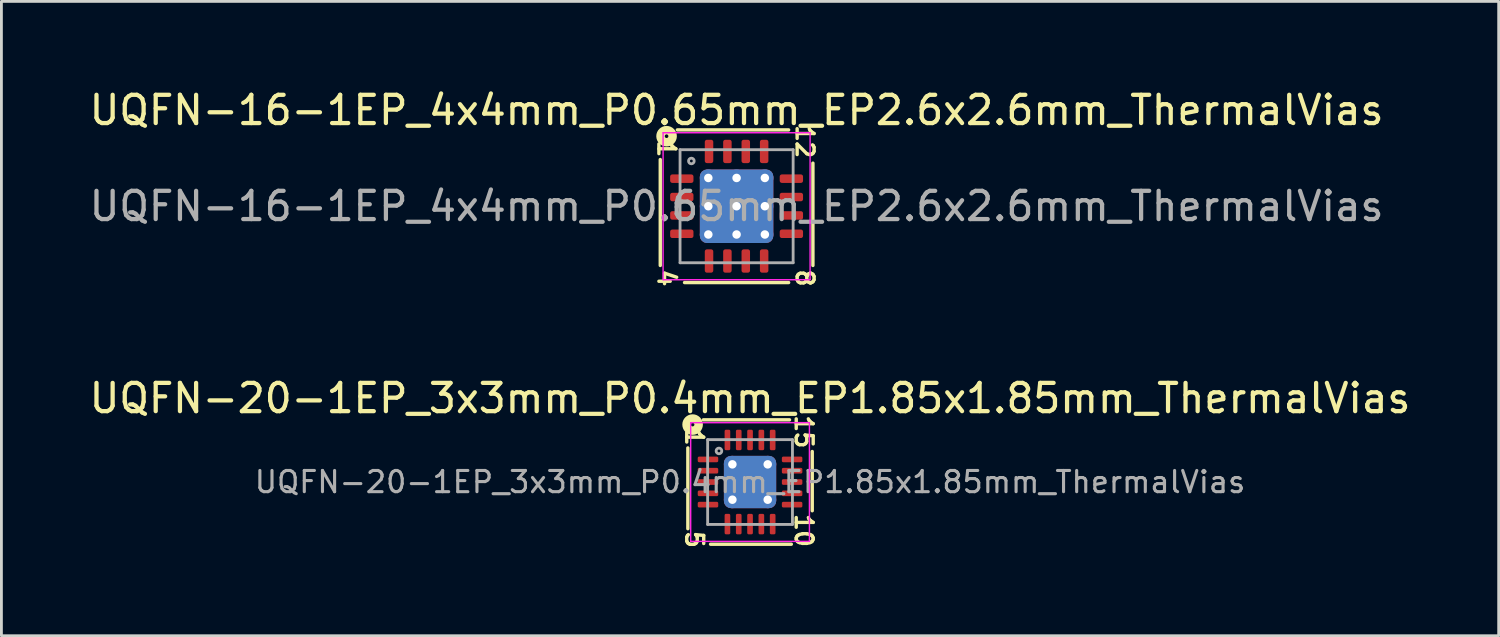
<source format=kicad_pcb>
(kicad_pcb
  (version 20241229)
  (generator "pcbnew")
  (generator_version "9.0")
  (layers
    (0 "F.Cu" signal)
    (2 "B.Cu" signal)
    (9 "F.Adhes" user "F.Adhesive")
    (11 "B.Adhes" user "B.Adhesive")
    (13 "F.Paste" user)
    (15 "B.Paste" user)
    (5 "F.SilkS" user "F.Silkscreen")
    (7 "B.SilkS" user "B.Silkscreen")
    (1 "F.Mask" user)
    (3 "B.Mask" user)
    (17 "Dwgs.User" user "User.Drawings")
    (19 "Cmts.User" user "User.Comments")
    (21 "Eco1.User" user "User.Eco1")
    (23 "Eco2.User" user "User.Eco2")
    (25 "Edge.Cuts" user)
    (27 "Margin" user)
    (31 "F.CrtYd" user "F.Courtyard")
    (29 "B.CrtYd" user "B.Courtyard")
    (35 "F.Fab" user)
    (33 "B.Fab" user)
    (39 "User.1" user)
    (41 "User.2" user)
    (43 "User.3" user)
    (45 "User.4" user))
  (footprint "UQFN-20-1EP_3x3mm_P0.4mm_EP1.85x1.85mm_ThermalVias"
    (layer "F.Cu")
    (at 23.482 14.001)
    (property "Reference" "UQFN-20-1EP_3x3mm_P0.4mm_EP1.85x1.85mm_ThermalVias" (at 0 -2.962 0) (layer "F.SilkS") (effects (font (size 1 1) (thickness 0.15))))
    (attr smd)
    (fp_line (start -2.2 -1.206) (end -2.2 1.651) (stroke (width 0.12) (type solid)) (layer "F.SilkS"))
    (fp_line (start -1.397 2.2) (end 1.46 2.2) (stroke (width 0.12) (type solid)) (layer "F.SilkS"))
    (fp_line (start 1.397 -2.2) (end -1.651 -2.2) (stroke (width 0.12) (type solid)) (layer "F.SilkS"))
    (fp_line (start 2.2 1.016) (end 2.2 -1.079) (stroke (width 0.12) (type solid)) (layer "F.SilkS"))
    (fp_circle (center -2.032 -2.032) (end -1.968 -2.032) (stroke (width 0.3) (type solid)) (fill no) (layer "F.SilkS"))
    (fp_line (start -2.1 -2.1) (end -2.1 2.1) (stroke (width 0.05) (type solid)) (layer "F.CrtYd"))
    (fp_line (start -2.1 2.1) (end 2.1 2.1) (stroke (width 0.05) (type solid)) (layer "F.CrtYd"))
    (fp_line (start 2.1 -2.1) (end -2.1 -2.1) (stroke (width 0.05) (type solid)) (layer "F.CrtYd"))
    (fp_line (start 2.1 2.1) (end 2.1 -2.1) (stroke (width 0.05) (type solid)) (layer "F.CrtYd"))
    (fp_line (start -1.5 -1.5) (end 1.5 -1.5) (stroke (width 0.1) (type solid)) (layer "F.Fab"))
    (fp_line (start -1.5 1.5) (end -1.5 -1.5) (stroke (width 0.1) (type solid)) (layer "F.Fab"))
    (fp_line (start 1.5 -1.5) (end 1.5 1.5) (stroke (width 0.1) (type solid)) (layer "F.Fab"))
    (fp_line (start 1.5 1.5) (end -1.5 1.5) (stroke (width 0.1) (type solid)) (layer "F.Fab"))
    (fp_circle (center -1.1 -1.1) (end -1 -1.1) (stroke (width 0.1) (type solid)) (fill no) (layer "F.Fab"))
    (fp_text user "15" (at 1.905 -1.778 270) (unlocked yes) (layer "F.SilkS") (effects (font (size 0.6 0.6) (thickness 0.12))))
    (fp_text user "1" (at -1.968 -1.587 270) (unlocked yes) (layer "F.SilkS") (effects (font (size 0.6 0.6) (thickness 0.12))))
    (fp_text user "10" (at 1.905 1.714 270) (unlocked yes) (layer "F.SilkS") (effects (font (size 0.6 0.6) (thickness 0.12))))
    (fp_text user "5" (at -1.968 2.032 270) (unlocked yes) (layer "F.SilkS") (effects (font (size 0.6 0.6) (thickness 0.12))))
    (fp_text user "${REFERENCE}" (at 0 0 0) (layer "F.Fab") (effects (font (size 0.75 0.75) (thickness 0.11))))
    (pad "" smd roundrect (at -0.46 -0.46) (size 0.8 0.8) (layers "F.Paste") (roundrect_rratio 0.25))
    (pad "" smd roundrect (at -0.46 0.46) (size 0.8 0.8) (layers "F.Paste") (roundrect_rratio 0.25))
    (pad "" smd roundrect (at 0.46 -0.46) (size 0.8 0.8) (layers "F.Paste") (roundrect_rratio 0.25))
    (pad "" smd roundrect (at 0.46 0.46) (size 0.8 0.8) (layers "F.Paste") (roundrect_rratio 0.25))
    (pad "1" smd roundrect (at -1.488 -0.8) (size 0.725 0.2) (layers "F.Cu" "F.Mask" "F.Paste") (roundrect_rratio 0.25))
    (pad "2" smd roundrect (at -1.488 -0.4) (size 0.725 0.2) (layers "F.Cu" "F.Mask" "F.Paste") (roundrect_rratio 0.25))
    (pad "3" smd roundrect (at -1.488 0) (size 0.725 0.2) (layers "F.Cu" "F.Mask" "F.Paste") (roundrect_rratio 0.25))
    (pad "4" smd roundrect (at -1.488 0.4) (size 0.725 0.2) (layers "F.Cu" "F.Mask" "F.Paste") (roundrect_rratio 0.25))
    (pad "5" smd roundrect (at -1.488 0.8) (size 0.725 0.2) (layers "F.Cu" "F.Mask" "F.Paste") (roundrect_rratio 0.25))
    (pad "6" smd roundrect (at -0.8 1.488) (size 0.2 0.725) (layers "F.Cu" "F.Mask" "F.Paste") (roundrect_rratio 0.25))
    (pad "7" smd roundrect (at -0.4 1.488) (size 0.2 0.725) (layers "F.Cu" "F.Mask" "F.Paste") (roundrect_rratio 0.25))
    (pad "8" smd roundrect (at 0 1.488) (size 0.2 0.725) (layers "F.Cu" "F.Mask" "F.Paste") (roundrect_rratio 0.25))
    (pad "9" smd roundrect (at 0.4 1.488) (size 0.2 0.725) (layers "F.Cu" "F.Mask" "F.Paste") (roundrect_rratio 0.25))
    (pad "10" smd roundrect (at 0.8 1.488) (size 0.2 0.725) (layers "F.Cu" "F.Mask" "F.Paste") (roundrect_rratio 0.25))
    (pad "11" smd roundrect (at 1.488 0.8) (size 0.725 0.2) (layers "F.Cu" "F.Mask" "F.Paste") (roundrect_rratio 0.25))
    (pad "12" smd roundrect (at 1.488 0.4) (size 0.725 0.2) (layers "F.Cu" "F.Mask" "F.Paste") (roundrect_rratio 0.25))
    (pad "13" smd roundrect (at 1.488 0) (size 0.725 0.2) (layers "F.Cu" "F.Mask" "F.Paste") (roundrect_rratio 0.25))
    (pad "14" smd roundrect (at 1.488 -0.4) (size 0.725 0.2) (layers "F.Cu" "F.Mask" "F.Paste") (roundrect_rratio 0.25))
    (pad "15" smd roundrect (at 1.488 -0.8) (size 0.725 0.2) (layers "F.Cu" "F.Mask" "F.Paste") (roundrect_rratio 0.25))
    (pad "16" smd roundrect (at 0.8 -1.488) (size 0.2 0.725) (layers "F.Cu" "F.Mask" "F.Paste") (roundrect_rratio 0.25))
    (pad "17" smd roundrect (at 0.4 -1.488) (size 0.2 0.725) (layers "F.Cu" "F.Mask" "F.Paste") (roundrect_rratio 0.25))
    (pad "18" smd roundrect (at 0 -1.488) (size 0.2 0.725) (layers "F.Cu" "F.Mask" "F.Paste") (roundrect_rratio 0.25))
    (pad "19" smd roundrect (at -0.4 -1.488) (size 0.2 0.725) (layers "F.Cu" "F.Mask" "F.Paste") (roundrect_rratio 0.25))
    (pad "20" smd roundrect (at -0.8 -1.488) (size 0.2 0.725) (layers "F.Cu" "F.Mask" "F.Paste") (roundrect_rratio 0.25))
    (pad "21" thru_hole circle (at -0.625 -0.625) (size 0.6 0.6) (drill 0.3) (property pad_prop_heatsink) (layers "*.Cu"))
    (pad "21" thru_hole circle (at -0.625 0.625) (size 0.6 0.6) (drill 0.3) (property pad_prop_heatsink) (layers "*.Cu"))
    (pad "21" smd roundrect (at 0 0) (size 1.85 1.85) (layers "F.Cu" "F.Mask") (roundrect_rratio 0.135))
    (pad "21" smd roundrect (at 0 0) (size 1.85 1.85) (layers "B.Cu" "B.Mask") (roundrect_rratio 0.135))
    (pad "21" thru_hole circle (at 0.625 -0.625) (size 0.6 0.6) (drill 0.3) (property pad_prop_heatsink) (layers "*.Cu"))
    (pad "21" thru_hole circle (at 0.625 0.625) (size 0.6 0.6) (drill 0.3) (property pad_prop_heatsink) (layers "*.Cu")))
  (footprint "UQFN-16-1EP_4x4mm_P0.65mm_EP2.6x2.6mm_ThermalVias"
    (layer "F.Cu")
    (at 23.006 4.245)
    (property "Reference" "UQFN-16-1EP_4x4mm_P0.65mm_EP2.6x2.6mm_ThermalVias" (at 0 -3.397 0) (layer "F.SilkS") (effects (font (size 1 1) (thickness 0.15))))
    (attr smd)
    (fp_line (start -2.7 -1.651) (end -2.7 2.095) (stroke (width 0.12) (type solid)) (layer "F.SilkS"))
    (fp_line (start -1.841 2.7) (end 1.841 2.7) (stroke (width 0.12) (type solid)) (layer "F.SilkS"))
    (fp_line (start 1.841 -2.7) (end -2.095 -2.7) (stroke (width 0.12) (type solid)) (layer "F.SilkS"))
    (fp_line (start 2.7 2.095) (end 2.7 -1.524) (stroke (width 0.12) (type solid)) (layer "F.SilkS"))
    (fp_circle (center -2.477 -2.477) (end -2.413 -2.477) (stroke (width 0.3) (type solid)) (fill no) (layer "F.SilkS"))
    (fp_line (start -2.6 -2.6) (end -2.6 2.6) (stroke (width 0.05) (type solid)) (layer "F.CrtYd"))
    (fp_line (start -2.6 2.6) (end 2.6 2.6) (stroke (width 0.05) (type solid)) (layer "F.CrtYd"))
    (fp_line (start 2.6 -2.6) (end -2.6 -2.6) (stroke (width 0.05) (type solid)) (layer "F.CrtYd"))
    (fp_line (start 2.6 2.6) (end 2.6 -2.6) (stroke (width 0.05) (type solid)) (layer "F.CrtYd"))
    (fp_line (start -2 -2) (end 2 -2) (stroke (width 0.1) (type solid)) (layer "F.Fab"))
    (fp_line (start -2 2) (end -2 -2) (stroke (width 0.1) (type solid)) (layer "F.Fab"))
    (fp_line (start 2 -2) (end 2 2) (stroke (width 0.1) (type solid)) (layer "F.Fab"))
    (fp_line (start 2 2) (end -2 2) (stroke (width 0.1) (type solid)) (layer "F.Fab"))
    (fp_circle (center -1.6 -1.6) (end -1.5 -1.6) (stroke (width 0.1) (type solid)) (fill no) (layer "F.Fab"))
    (fp_text user "1" (at -2.477 -2.032 270) (unlocked yes) (layer "F.SilkS") (effects (font (size 0.6 0.6) (thickness 0.12))))
    (fp_text user "12" (at 2.413 -2.286 270) (unlocked yes) (layer "F.SilkS") (effects (font (size 0.6 0.6) (thickness 0.12))))
    (fp_text user "8" (at 2.413 2.54 270) (unlocked yes) (layer "F.SilkS") (effects (font (size 0.6 0.6) (thickness 0.12))))
    (fp_text user "4" (at -2.477 2.54 270) (unlocked yes) (layer "F.SilkS") (effects (font (size 0.6 0.6) (thickness 0.12))))
    (fp_text user "${REFERENCE}" (at 0 0 0) (layer "F.Fab") (effects (font (size 1 1) (thickness 0.15))))
    (pad "" smd roundrect (at -0.65 -0.65) (size 1.13 1.13) (layers "F.Paste") (roundrect_rratio 0.221))
    (pad "" smd roundrect (at -0.65 0.65) (size 1.13 1.13) (layers "F.Paste") (roundrect_rratio 0.221))
    (pad "" smd roundrect (at 0.65 -0.65) (size 1.13 1.13) (layers "F.Paste") (roundrect_rratio 0.221))
    (pad "" smd roundrect (at 0.65 0.65) (size 1.13 1.13) (layers "F.Paste") (roundrect_rratio 0.221))
    (pad "1" smd roundrect (at -1.938 -0.975) (size 0.825 0.3) (layers "F.Cu" "F.Mask" "F.Paste") (roundrect_rratio 0.25))
    (pad "2" smd roundrect (at -1.938 -0.325) (size 0.825 0.3) (layers "F.Cu" "F.Mask" "F.Paste") (roundrect_rratio 0.25))
    (pad "3" smd roundrect (at -1.938 0.325) (size 0.825 0.3) (layers "F.Cu" "F.Mask" "F.Paste") (roundrect_rratio 0.25))
    (pad "4" smd roundrect (at -1.938 0.975) (size 0.825 0.3) (layers "F.Cu" "F.Mask" "F.Paste") (roundrect_rratio 0.25))
    (pad "5" smd roundrect (at -0.975 1.938) (size 0.3 0.825) (layers "F.Cu" "F.Mask" "F.Paste") (roundrect_rratio 0.25))
    (pad "6" smd roundrect (at -0.325 1.938) (size 0.3 0.825) (layers "F.Cu" "F.Mask" "F.Paste") (roundrect_rratio 0.25))
    (pad "7" smd roundrect (at 0.325 1.938) (size 0.3 0.825) (layers "F.Cu" "F.Mask" "F.Paste") (roundrect_rratio 0.25))
    (pad "8" smd roundrect (at 0.975 1.938) (size 0.3 0.825) (layers "F.Cu" "F.Mask" "F.Paste") (roundrect_rratio 0.25))
    (pad "9" smd roundrect (at 1.938 0.975) (size 0.825 0.3) (layers "F.Cu" "F.Mask" "F.Paste") (roundrect_rratio 0.25))
    (pad "10" smd roundrect (at 1.938 0.325) (size 0.825 0.3) (layers "F.Cu" "F.Mask" "F.Paste") (roundrect_rratio 0.25))
    (pad "11" smd roundrect (at 1.938 -0.325) (size 0.825 0.3) (layers "F.Cu" "F.Mask" "F.Paste") (roundrect_rratio 0.25))
    (pad "12" smd roundrect (at 1.938 -0.975) (size 0.825 0.3) (layers "F.Cu" "F.Mask" "F.Paste") (roundrect_rratio 0.25))
    (pad "13" smd roundrect (at 0.975 -1.938) (size 0.3 0.825) (layers "F.Cu" "F.Mask" "F.Paste") (roundrect_rratio 0.25))
    (pad "14" smd roundrect (at 0.325 -1.938) (size 0.3 0.825) (layers "F.Cu" "F.Mask" "F.Paste") (roundrect_rratio 0.25))
    (pad "15" smd roundrect (at -0.325 -1.938) (size 0.3 0.825) (layers "F.Cu" "F.Mask" "F.Paste") (roundrect_rratio 0.25))
    (pad "16" smd roundrect (at -0.975 -1.938) (size 0.3 0.825) (layers "F.Cu" "F.Mask" "F.Paste") (roundrect_rratio 0.25))
    (pad "17" thru_hole circle (at -1 -1) (size 0.6 0.6) (drill 0.3) (property pad_prop_heatsink) (layers "*.Cu"))
    (pad "17" thru_hole circle (at -1 0) (size 0.6 0.6) (drill 0.3) (property pad_prop_heatsink) (layers "*.Cu"))
    (pad "17" thru_hole circle (at -1 1) (size 0.6 0.6) (drill 0.3) (property pad_prop_heatsink) (layers "*.Cu"))
    (pad "17" thru_hole circle (at 0 -1) (size 0.6 0.6) (drill 0.3) (property pad_prop_heatsink) (layers "*.Cu"))
    (pad "17" thru_hole circle (at 0 0) (size 0.6 0.6) (drill 0.3) (property pad_prop_heatsink) (layers "*.Cu"))
    (pad "17" smd roundrect (at 0 0) (size 2.6 2.6) (layers "F.Cu" "F.Mask") (roundrect_rratio 0.096))
    (pad "17" smd roundrect (at 0 0) (size 2.6 2.6) (layers "B.Cu" "B.Mask") (roundrect_rratio 0.096))
    (pad "17" thru_hole circle (at 0 1) (size 0.6 0.6) (drill 0.3) (property pad_prop_heatsink) (layers "*.Cu"))
    (pad "17" thru_hole circle (at 1 -1) (size 0.6 0.6) (drill 0.3) (property pad_prop_heatsink) (layers "*.Cu"))
    (pad "17" thru_hole circle (at 1 0) (size 0.6 0.6) (drill 0.3) (property pad_prop_heatsink) (layers "*.Cu"))
    (pad "17" thru_hole circle (at 1 1) (size 0.6 0.6) (drill 0.3) (property pad_prop_heatsink) (layers "*.Cu")))
  (gr_rect
    (start -3 -3)
    (end 49.964 19.438)
    (stroke (width 0.1) (type default))
    (fill no)
    (layer "Edge.Cuts")))
</source>
